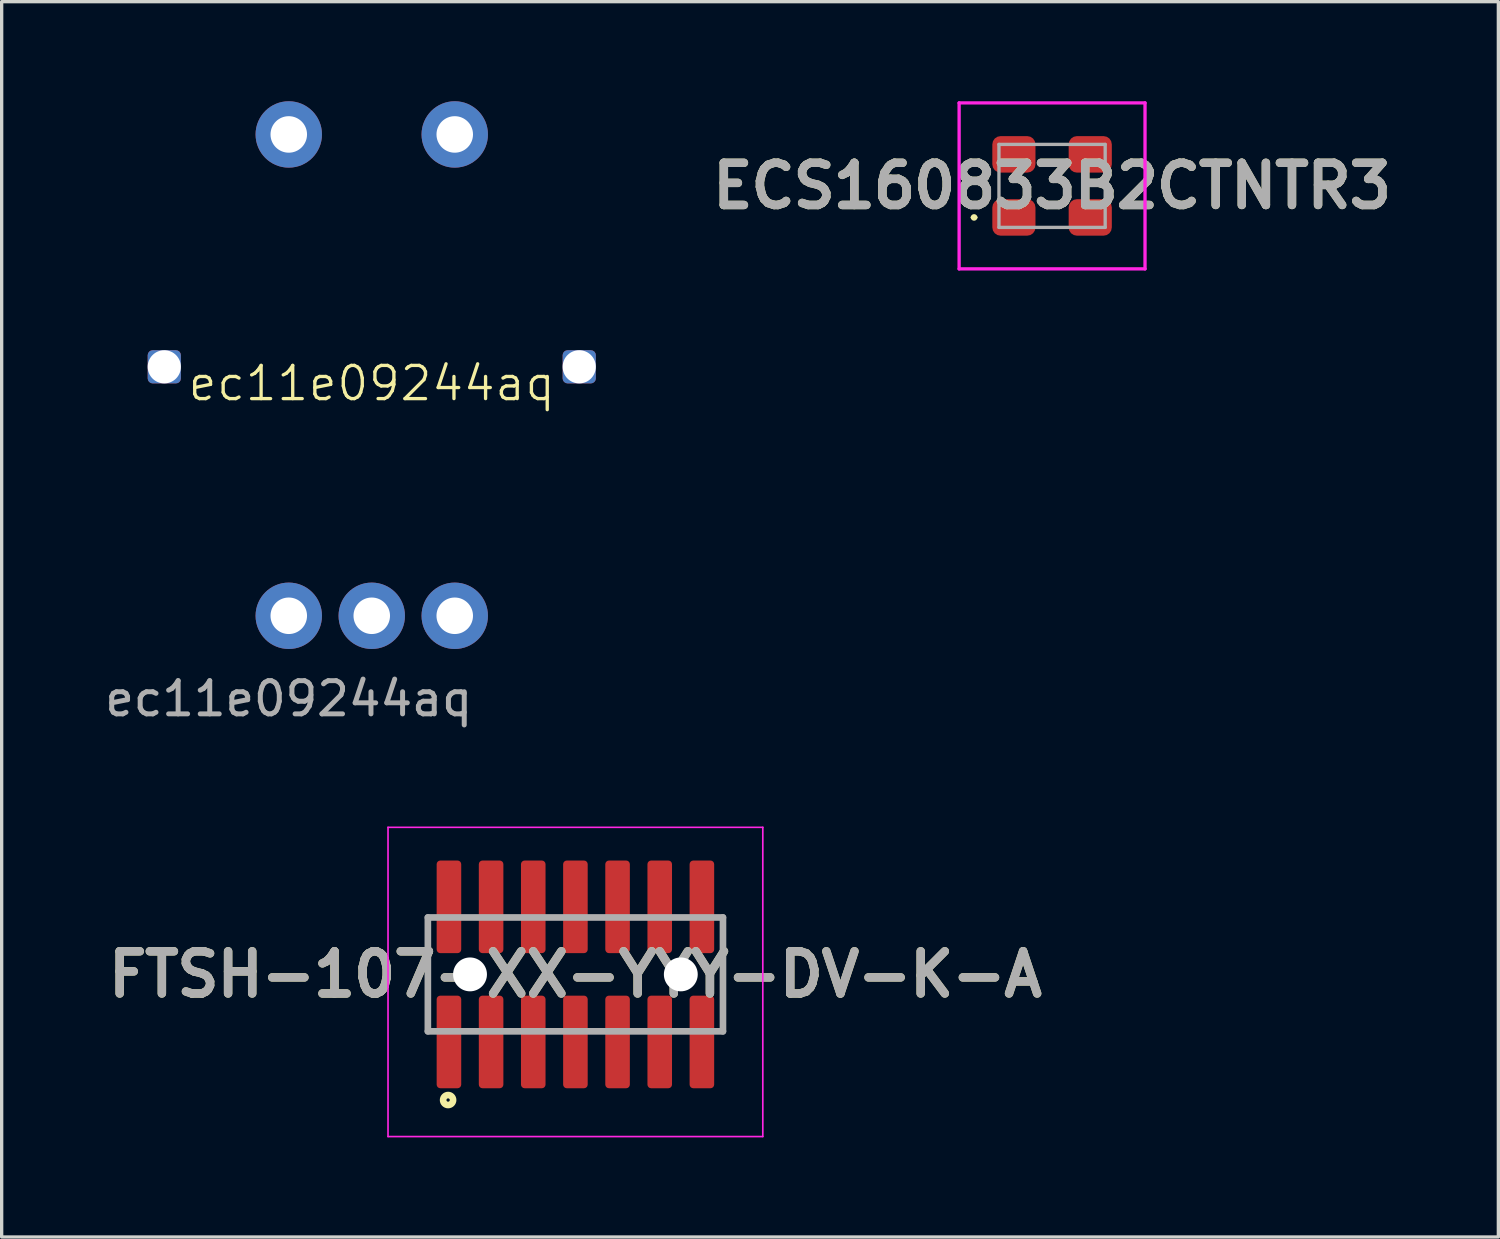
<source format=kicad_pcb>
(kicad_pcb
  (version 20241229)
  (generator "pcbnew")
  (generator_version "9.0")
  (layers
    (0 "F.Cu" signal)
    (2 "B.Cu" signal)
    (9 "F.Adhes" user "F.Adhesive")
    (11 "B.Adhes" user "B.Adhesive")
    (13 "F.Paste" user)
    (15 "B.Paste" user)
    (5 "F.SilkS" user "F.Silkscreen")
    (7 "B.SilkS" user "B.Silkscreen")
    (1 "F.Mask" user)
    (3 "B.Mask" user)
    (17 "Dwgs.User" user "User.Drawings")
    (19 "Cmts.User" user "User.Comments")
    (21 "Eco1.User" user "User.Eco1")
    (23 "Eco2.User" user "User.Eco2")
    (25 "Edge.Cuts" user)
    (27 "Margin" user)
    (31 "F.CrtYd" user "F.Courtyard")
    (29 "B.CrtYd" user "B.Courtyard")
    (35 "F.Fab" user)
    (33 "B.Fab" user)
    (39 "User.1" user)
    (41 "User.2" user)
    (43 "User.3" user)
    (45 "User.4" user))
  (footprint "ec11e09244aq"
    (layer "F.Cu")
    (at 5.649 15.5)
    (property "Reference" "ec11e09244aq" (at 2.5 -7 0) (unlocked yes) (layer "F.SilkS") (effects (font (size 1 1) (thickness 0.1))))
    (attr smd)
    (fp_text user "${REFERENCE}" (at 0 2.5 0) (unlocked yes) (layer "F.Fab") (effects (font (size 1 1) (thickness 0.15))))
    (pad "1" thru_hole circle (at 0 0) (size 2 2) (drill 1.1) (layers "*.Cu" "*.Mask"))
    (pad "2" thru_hole circle (at 2.5 0) (size 2 2) (drill 1.1) (layers "*.Cu" "*.Mask"))
    (pad "3" thru_hole circle (at 5 0) (size 2 2) (drill 1.1) (layers "*.Cu" "*.Mask"))
    (pad "4" thru_hole circle (at 0 -14.5) (size 2 2) (drill 1.1) (layers "*.Cu" "*.Mask"))
    (pad "5" thru_hole circle (at 5 -14.5) (size 2 2) (drill 1.1) (layers "*.Cu" "*.Mask"))
    (pad "6" thru_hole roundrect (at -3.75 -7.5) (size 1 1) (drill oval 1.6 2.7) (layers "*.Cu" "*.Mask") (roundrect_rratio 0.15))
    (pad "6" thru_hole roundrect (at 8.75 -7.5) (size 1 1) (drill oval 1.6 2.7) (layers "*.Cu" "*.Mask") (roundrect_rratio 0.15)))
  (footprint "FTSH-107-XX-YYY-DV-K-A"
    (layer "F.Cu")
    (at 14.284 26.303)
    (property "Reference" "FTSH-107-XX-YYY-DV-K-A" (at 0 0 0) (layer "F.SilkS") (effects (font (size 1.27 1.27) (thickness 0.254))))
    (attr through_hole)
    (fp_line (start -4.445 1.715) (end -4.445 -1.715) (stroke (width 0.1) (type solid)) (layer "F.SilkS"))
    (fp_line (start 4.445 -1.715) (end 4.445 1.715) (stroke (width 0.1) (type solid)) (layer "F.SilkS"))
    (fp_circle (center -3.835 3.785) (end -3.835 3.835) (stroke (width 0.2) (type solid)) (fill no) (layer "F.SilkS"))
    (fp_line (start -5.645 -4.43) (end 5.645 -4.43) (stroke (width 0.05) (type solid)) (layer "F.CrtYd"))
    (fp_line (start -5.645 4.885) (end -5.645 -4.43) (stroke (width 0.05) (type solid)) (layer "F.CrtYd"))
    (fp_line (start 5.645 -4.43) (end 5.645 4.885) (stroke (width 0.05) (type solid)) (layer "F.CrtYd"))
    (fp_line (start 5.645 4.885) (end -5.645 4.885) (stroke (width 0.05) (type solid)) (layer "F.CrtYd"))
    (fp_line (start -4.445 -1.715) (end 4.445 -1.715) (stroke (width 0.2) (type solid)) (layer "F.Fab"))
    (fp_line (start -4.445 1.715) (end -4.445 -1.715) (stroke (width 0.2) (type solid)) (layer "F.Fab"))
    (fp_line (start 4.445 -1.715) (end 4.445 1.715) (stroke (width 0.2) (type solid)) (layer "F.Fab"))
    (fp_line (start 4.445 1.715) (end -4.445 1.715) (stroke (width 0.2) (type solid)) (layer "F.Fab"))
    (fp_text user "${REFERENCE}" (at 0 0 0) (layer "F.Fab") (effects (font (size 1.27 1.27) (thickness 0.254))))
    (pad "" np_thru_hole circle (at -3.175 0) (size 1.02 1.02) (drill 1.02) (layers "*.Cu" "*.Mask"))
    (pad "" np_thru_hole circle (at 3.175 0) (size 1.02 1.02) (drill 1.02) (layers "*.Cu" "*.Mask"))
    (pad "1" smd roundrect (at -3.81 2.035) (size 0.74 2.79) (layers "F.Cu" "F.Mask" "F.Paste") (roundrect_rratio 0.15))
    (pad "2" smd roundrect (at -3.81 -2.035) (size 0.74 2.79) (layers "F.Cu" "F.Mask" "F.Paste") (roundrect_rratio 0.15))
    (pad "3" smd roundrect (at -2.54 2.035) (size 0.74 2.79) (layers "F.Cu" "F.Mask" "F.Paste") (roundrect_rratio 0.15))
    (pad "4" smd roundrect (at -2.54 -2.035) (size 0.74 2.79) (layers "F.Cu" "F.Mask" "F.Paste") (roundrect_rratio 0.15))
    (pad "5" smd roundrect (at -1.27 2.035) (size 0.74 2.79) (layers "F.Cu" "F.Mask" "F.Paste") (roundrect_rratio 0.15))
    (pad "6" smd roundrect (at -1.27 -2.035) (size 0.74 2.79) (layers "F.Cu" "F.Mask" "F.Paste") (roundrect_rratio 0.15))
    (pad "7" smd roundrect (at 0 2.035) (size 0.74 2.79) (layers "F.Cu" "F.Mask" "F.Paste") (roundrect_rratio 0.15))
    (pad "8" smd roundrect (at 0 -2.035) (size 0.74 2.79) (layers "F.Cu" "F.Mask" "F.Paste") (roundrect_rratio 0.15))
    (pad "9" smd roundrect (at 1.27 2.035) (size 0.74 2.79) (layers "F.Cu" "F.Mask" "F.Paste") (roundrect_rratio 0.15))
    (pad "10" smd roundrect (at 1.27 -2.035) (size 0.74 2.79) (layers "F.Cu" "F.Mask" "F.Paste") (roundrect_rratio 0.15))
    (pad "11" smd roundrect (at 2.54 2.035) (size 0.74 2.79) (layers "F.Cu" "F.Mask" "F.Paste") (roundrect_rratio 0.15))
    (pad "12" smd roundrect (at 2.54 -2.035) (size 0.74 2.79) (layers "F.Cu" "F.Mask" "F.Paste") (roundrect_rratio 0.15))
    (pad "13" smd roundrect (at 3.81 2.035) (size 0.74 2.79) (layers "F.Cu" "F.Mask" "F.Paste") (roundrect_rratio 0.15))
    (pad "14" smd roundrect (at 3.81 -2.035) (size 0.74 2.79) (layers "F.Cu" "F.Mask" "F.Paste") (roundrect_rratio 0.15)))
  (footprint "ECS160833B2CTNTR3"
    (layer "F.Cu")
    (at 28.643 2.55)
    (property "Reference" "ECS160833B2CTNTR3" (at 0 0 0) (layer "F.SilkS") (effects (font (size 1.27 1.27) (thickness 0.254))))
    (attr smd)
    (fp_line (start -2.4 0.95) (end -2.4 0.95) (stroke (width 0.1) (type solid)) (layer "F.SilkS"))
    (fp_line (start -2.3 0.95) (end -2.3 0.95) (stroke (width 0.1) (type solid)) (layer "F.SilkS"))
    (fp_arc (start -2.4 0.95) (mid -2.35 0.9) (end -2.3 0.95) (stroke (width 0.1) (type solid)) (layer "F.SilkS"))
    (fp_arc (start -2.3 0.95) (mid -2.35 1) (end -2.4 0.95) (stroke (width 0.1) (type solid)) (layer "F.SilkS"))
    (fp_line (start -2.8 -2.5) (end 2.8 -2.5) (stroke (width 0.1) (type solid)) (layer "F.CrtYd"))
    (fp_line (start -2.8 2.5) (end -2.8 -2.5) (stroke (width 0.1) (type solid)) (layer "F.CrtYd"))
    (fp_line (start 2.8 -2.5) (end 2.8 2.5) (stroke (width 0.1) (type solid)) (layer "F.CrtYd"))
    (fp_line (start 2.8 2.5) (end -2.8 2.5) (stroke (width 0.1) (type solid)) (layer "F.CrtYd"))
    (fp_line (start -1.6 -1.25) (end 1.6 -1.25) (stroke (width 0.1) (type solid)) (layer "F.Fab"))
    (fp_line (start -1.6 1.25) (end -1.6 -1.25) (stroke (width 0.1) (type solid)) (layer "F.Fab"))
    (fp_line (start 1.6 -1.25) (end 1.6 1.25) (stroke (width 0.1) (type solid)) (layer "F.Fab"))
    (fp_line (start 1.6 1.25) (end -1.6 1.25) (stroke (width 0.1) (type solid)) (layer "F.Fab"))
    (fp_text user "${REFERENCE}" (at 0 0 0) (layer "F.Fab") (effects (font (size 1.27 1.27) (thickness 0.254))))
    (pad "1" smd roundrect (at -1.15 0.95 90) (size 1.1 1.3) (layers "F.Cu" "F.Mask" "F.Paste") (roundrect_rratio 0.227))
    (pad "2" smd roundrect (at 1.15 0.95 90) (size 1.1 1.3) (layers "F.Cu" "F.Mask" "F.Paste") (roundrect_rratio 0.227))
    (pad "3" smd roundrect (at 1.15 -0.95 90) (size 1.1 1.3) (layers "F.Cu" "F.Mask" "F.Paste") (roundrect_rratio 0.227))
    (pad "4" smd roundrect (at -1.15 -0.95 90) (size 1.1 1.3) (layers "F.Cu" "F.Mask" "F.Paste") (roundrect_rratio 0.227)))
  (gr_rect
    (start -3 -3)
    (end 42.087 34.213)
    (stroke (width 0.1) (type default))
    (fill no)
    (layer "Edge.Cuts")))
</source>
